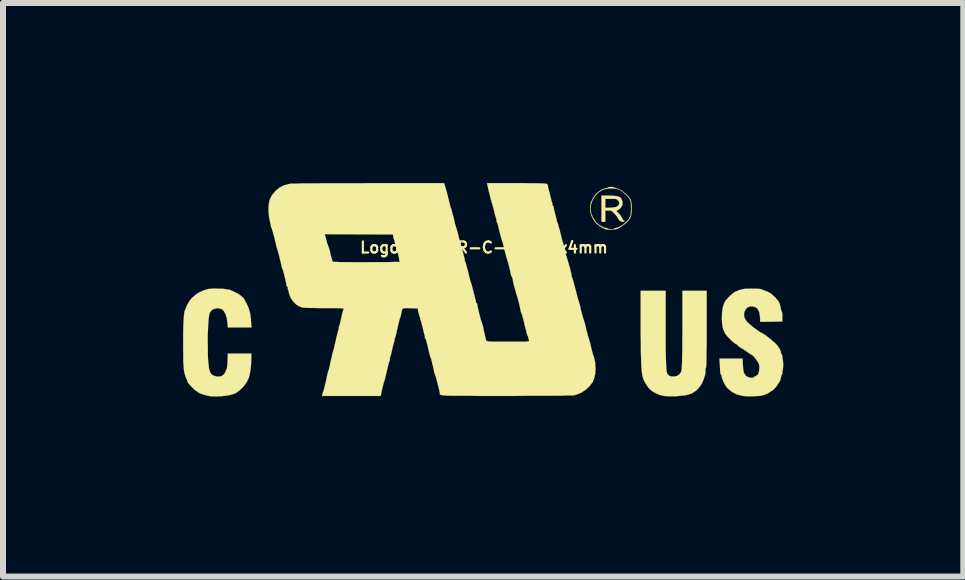
<source format=kicad_pcb>
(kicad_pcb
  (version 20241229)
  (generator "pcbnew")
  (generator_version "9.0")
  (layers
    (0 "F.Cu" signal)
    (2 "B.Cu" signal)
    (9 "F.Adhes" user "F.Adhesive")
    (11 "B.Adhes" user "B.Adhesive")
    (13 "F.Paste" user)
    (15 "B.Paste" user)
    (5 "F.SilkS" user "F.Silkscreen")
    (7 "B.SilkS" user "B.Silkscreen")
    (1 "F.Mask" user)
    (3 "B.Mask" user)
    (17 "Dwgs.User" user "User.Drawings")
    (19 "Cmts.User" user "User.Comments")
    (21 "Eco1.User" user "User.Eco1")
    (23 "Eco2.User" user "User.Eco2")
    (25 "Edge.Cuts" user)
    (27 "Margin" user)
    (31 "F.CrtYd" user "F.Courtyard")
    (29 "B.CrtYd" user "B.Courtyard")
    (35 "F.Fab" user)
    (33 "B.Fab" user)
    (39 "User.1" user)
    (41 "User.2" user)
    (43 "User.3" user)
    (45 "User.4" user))
  (footprint "Logo_silk_UR-C-US_10x4mm"
    (layer "F.Cu")
    (at 5.013 1.774)
    (property "Reference" "Logo_silk_UR-C-US_10x4mm" (at 0 -0.7 0) (layer "F.SilkS") (effects (font (size 0.185 0.185) (thickness 0.036))))
    (attr exclude_from_pos_files exclude_from_bom)
    (fp_poly (pts (xy 2.342 -1.138) (xy 2.334 -1.13) (xy 2.314 -1.13) (xy 2.289 -1.133) (xy 2.268 -1.143) (xy 2.261 -1.148) (xy 2.243 -1.171) (xy 2.228 -1.196) (xy 2.212 -1.222) (xy 2.187 -1.252) (xy 2.169 -1.27) (xy 2.144 -1.295) (xy 2.123 -1.311) (xy 2.101 -1.316) (xy 2.075 -1.316) (xy 2.022 -1.316) (xy 2.022 -1.222) (xy 2.022 -1.128) (xy 1.989 -1.128) (xy 1.958 -1.128) (xy 1.958 -1.346) (xy 1.958 -1.565) (xy 2.083 -1.565) (xy 2.154 -1.562) (xy 2.205 -1.557) (xy 2.243 -1.549) (xy 2.271 -1.534) (xy 2.289 -1.514) (xy 2.294 -1.504) (xy 2.311 -1.455) (xy 2.306 -1.407) (xy 2.281 -1.364) (xy 2.258 -1.341) (xy 2.258 -1.433) (xy 2.25 -1.463) (xy 2.233 -1.486) (xy 2.22 -1.499) (xy 2.205 -1.506) (xy 2.184 -1.511) (xy 2.154 -1.511) (xy 2.116 -1.511) (xy 2.022 -1.511) (xy 2.022 -1.438) (xy 2.022 -1.361) (xy 2.103 -1.364) (xy 2.146 -1.367) (xy 2.182 -1.372) (xy 2.207 -1.377) (xy 2.21 -1.379) (xy 2.243 -1.405) (xy 2.258 -1.433) (xy 2.258 -1.341) (xy 2.256 -1.341) (xy 2.23 -1.323) (xy 2.225 -1.321) (xy 2.212 -1.318) (xy 2.21 -1.311) (xy 2.217 -1.298) (xy 2.238 -1.275) (xy 2.243 -1.273) (xy 2.271 -1.24) (xy 2.294 -1.206) (xy 2.304 -1.189) (xy 2.316 -1.163) (xy 2.329 -1.151) (xy 2.332 -1.151) (xy 2.342 -1.14) (xy 2.342 -1.138)) (stroke (width 0.003) (type solid)) (fill yes) (layer "F.SilkS"))
    (fp_poly (pts (xy 3.711 0.658) (xy 3.711 0.805) (xy 3.711 0.932) (xy 3.708 1.039) (xy 3.708 1.128) (xy 3.706 1.196) (xy 3.706 1.247) (xy 3.703 1.283) (xy 3.701 1.298) (xy 3.701 1.3) (xy 3.693 1.313) (xy 3.691 1.341) (xy 3.691 1.351) (xy 3.691 1.382) (xy 3.688 1.405) (xy 3.688 1.41) (xy 3.683 1.427) (xy 3.673 1.458) (xy 3.663 1.491) (xy 3.632 1.565) (xy 3.586 1.633) (xy 3.546 1.674) (xy 3.526 1.692) (xy 3.51 1.699) (xy 3.498 1.707) (xy 3.49 1.714) (xy 3.475 1.725) (xy 3.444 1.737) (xy 3.406 1.75) (xy 3.399 1.753) (xy 3.348 1.763) (xy 3.279 1.77) (xy 3.205 1.778) (xy 3.129 1.778) (xy 3.058 1.778) (xy 2.997 1.773) (xy 2.99 1.77) (xy 2.934 1.758) (xy 2.873 1.732) (xy 2.814 1.702) (xy 2.774 1.671) (xy 2.733 1.626) (xy 2.695 1.57) (xy 2.664 1.511) (xy 2.647 1.463) (xy 2.639 1.43) (xy 2.634 1.394) (xy 2.629 1.351) (xy 2.624 1.298) (xy 2.621 1.237) (xy 2.619 1.166) (xy 2.616 1.079) (xy 2.614 0.98) (xy 2.614 0.864) (xy 2.611 0.729) (xy 2.611 0.597) (xy 2.611 0.02) (xy 2.819 0.02) (xy 3.028 0.02) (xy 3.028 0.627) (xy 3.028 0.775) (xy 3.028 0.902) (xy 3.028 1.011) (xy 3.03 1.102) (xy 3.033 1.181) (xy 3.035 1.245) (xy 3.038 1.295) (xy 3.04 1.336) (xy 3.045 1.367) (xy 3.051 1.389) (xy 3.056 1.402) (xy 3.058 1.407) (xy 3.086 1.435) (xy 3.127 1.45) (xy 3.172 1.45) (xy 3.216 1.44) (xy 3.254 1.415) (xy 3.256 1.412) (xy 3.274 1.392) (xy 3.287 1.367) (xy 3.294 1.331) (xy 3.297 1.311) (xy 3.297 1.285) (xy 3.299 1.245) (xy 3.302 1.186) (xy 3.302 1.113) (xy 3.305 1.026) (xy 3.305 0.932) (xy 3.305 0.828) (xy 3.307 0.719) (xy 3.307 0.627) (xy 3.307 0.02) (xy 3.508 0.02) (xy 3.711 0.02) (xy 3.711 0.658)) (stroke (width 0.003) (type solid)) (fill yes) (layer "F.SilkS"))
    (fp_poly (pts (xy 2.461 -1.356) (xy 2.459 -1.285) (xy 2.451 -1.229) (xy 2.451 -1.344) (xy 2.451 -1.351) (xy 2.449 -1.402) (xy 2.449 -1.44) (xy 2.443 -1.466) (xy 2.436 -1.486) (xy 2.426 -1.509) (xy 2.423 -1.514) (xy 2.393 -1.554) (xy 2.349 -1.595) (xy 2.301 -1.636) (xy 2.256 -1.664) (xy 2.248 -1.666) (xy 2.207 -1.679) (xy 2.154 -1.684) (xy 2.093 -1.684) (xy 2.035 -1.676) (xy 1.986 -1.664) (xy 1.974 -1.659) (xy 1.908 -1.618) (xy 1.854 -1.562) (xy 1.811 -1.491) (xy 1.783 -1.412) (xy 1.775 -1.341) (xy 1.788 -1.267) (xy 1.819 -1.196) (xy 1.862 -1.128) (xy 1.88 -1.11) (xy 1.913 -1.082) (xy 1.953 -1.057) (xy 1.994 -1.036) (xy 2.027 -1.026) (xy 2.035 -1.026) (xy 2.057 -1.021) (xy 2.068 -1.013) (xy 2.08 -1.008) (xy 2.108 -1.006) (xy 2.118 -1.003) (xy 2.149 -1.006) (xy 2.167 -1.011) (xy 2.172 -1.013) (xy 2.184 -1.024) (xy 2.2 -1.026) (xy 2.235 -1.034) (xy 2.276 -1.054) (xy 2.322 -1.085) (xy 2.365 -1.123) (xy 2.403 -1.161) (xy 2.423 -1.191) (xy 2.436 -1.214) (xy 2.443 -1.234) (xy 2.446 -1.26) (xy 2.449 -1.295) (xy 2.451 -1.344) (xy 2.451 -1.229) (xy 2.433 -1.184) (xy 2.405 -1.146) (xy 2.365 -1.105) (xy 2.309 -1.064) (xy 2.294 -1.054) (xy 2.256 -1.029) (xy 2.228 -1.013) (xy 2.2 -1.006) (xy 2.167 -1.001) (xy 2.144 -1.001) (xy 2.103 -0.998) (xy 2.068 -0.998) (xy 2.042 -1.001) (xy 2.007 -1.013) (xy 1.961 -1.036) (xy 1.915 -1.067) (xy 1.877 -1.097) (xy 1.862 -1.113) (xy 1.824 -1.163) (xy 1.793 -1.227) (xy 1.773 -1.293) (xy 1.768 -1.318) (xy 1.768 -1.384) (xy 1.783 -1.453) (xy 1.816 -1.521) (xy 1.859 -1.585) (xy 1.877 -1.603) (xy 1.918 -1.636) (xy 1.961 -1.664) (xy 2.004 -1.681) (xy 2.04 -1.689) (xy 2.06 -1.694) (xy 2.068 -1.699) (xy 2.083 -1.707) (xy 2.108 -1.709) (xy 2.139 -1.709) (xy 2.167 -1.704) (xy 2.174 -1.699) (xy 2.195 -1.692) (xy 2.225 -1.681) (xy 2.233 -1.679) (xy 2.268 -1.664) (xy 2.309 -1.638) (xy 2.352 -1.603) (xy 2.393 -1.565) (xy 2.426 -1.529) (xy 2.438 -1.509) (xy 2.449 -1.486) (xy 2.454 -1.46) (xy 2.459 -1.425) (xy 2.461 -1.379) (xy 2.461 -1.356)) (stroke (width 0.003) (type solid)) (fill yes) (layer "F.SilkS"))
    (fp_poly (pts (xy -3.873 0.632) (xy -4.072 0.632) (xy -4.267 0.632) (xy -4.275 0.544) (xy -4.285 0.472) (xy -4.305 0.411) (xy -4.331 0.363) (xy -4.361 0.33) (xy -4.379 0.323) (xy -4.432 0.31) (xy -4.483 0.318) (xy -4.526 0.335) (xy -4.557 0.371) (xy -4.567 0.386) (xy -4.577 0.424) (xy -4.587 0.483) (xy -4.592 0.559) (xy -4.597 0.65) (xy -4.602 0.759) (xy -4.602 0.869) (xy -4.6 0.993) (xy -4.6 1.1) (xy -4.595 1.189) (xy -4.587 1.26) (xy -4.58 1.318) (xy -4.569 1.359) (xy -4.557 1.389) (xy -4.547 1.405) (xy -4.506 1.433) (xy -4.455 1.45) (xy -4.404 1.45) (xy -4.374 1.443) (xy -4.346 1.425) (xy -4.321 1.397) (xy -4.305 1.372) (xy -4.303 1.356) (xy -4.295 1.339) (xy -4.29 1.333) (xy -4.285 1.323) (xy -4.28 1.293) (xy -4.275 1.245) (xy -4.272 1.199) (xy -4.267 1.067) (xy -4.072 1.067) (xy -3.876 1.067) (xy -3.876 1.163) (xy -3.879 1.234) (xy -3.886 1.308) (xy -3.896 1.379) (xy -3.909 1.443) (xy -3.919 1.476) (xy -3.955 1.547) (xy -4.003 1.613) (xy -4.064 1.674) (xy -4.13 1.722) (xy -4.145 1.73) (xy -4.186 1.745) (xy -4.244 1.76) (xy -4.31 1.77) (xy -4.381 1.778) (xy -4.455 1.781) (xy -4.521 1.781) (xy -4.577 1.775) (xy -4.592 1.77) (xy -4.641 1.76) (xy -4.686 1.745) (xy -4.727 1.73) (xy -4.757 1.717) (xy -4.773 1.704) (xy -4.785 1.692) (xy -4.793 1.689) (xy -4.806 1.681) (xy -4.829 1.664) (xy -4.854 1.638) (xy -4.882 1.608) (xy -4.907 1.58) (xy -4.928 1.557) (xy -4.935 1.544) (xy -4.938 1.532) (xy -4.948 1.506) (xy -4.953 1.496) (xy -4.963 1.471) (xy -4.971 1.453) (xy -4.971 1.45) (xy -4.976 1.438) (xy -4.978 1.43) (xy -4.986 1.402) (xy -4.994 1.367) (xy -5.001 1.321) (xy -5.004 1.262) (xy -5.009 1.189) (xy -5.009 1.102) (xy -5.011 0.996) (xy -5.011 0.886) (xy -5.011 0.754) (xy -5.009 0.643) (xy -5.006 0.549) (xy -5.001 0.472) (xy -4.996 0.414) (xy -4.991 0.371) (xy -4.981 0.343) (xy -4.978 0.338) (xy -4.971 0.323) (xy -4.971 0.32) (xy -4.95 0.267) (xy -4.917 0.208) (xy -4.874 0.15) (xy -4.823 0.102) (xy -4.773 0.064) (xy -4.755 0.053) (xy -4.704 0.03) (xy -4.666 0.013) (xy -4.641 0.005) (xy -4.638 0.003) (xy -4.62 0) (xy -4.608 -0.005) (xy -4.587 -0.01) (xy -4.552 -0.013) (xy -4.506 -0.015) (xy -4.455 -0.015) (xy -4.402 -0.013) (xy -4.356 -0.013) (xy -4.315 -0.008) (xy -4.288 -0.005) (xy -4.28 0) (xy -4.262 0.003) (xy -4.257 0.003) (xy -4.244 0) (xy -4.227 0.008) (xy -4.204 0.018) (xy -4.171 0.033) (xy -4.143 0.046) (xy -4.11 0.064) (xy -4.074 0.086) (xy -4.039 0.112) (xy -4.011 0.137) (xy -3.993 0.157) (xy -3.99 0.165) (xy -3.985 0.178) (xy -3.973 0.203) (xy -3.957 0.229) (xy -3.922 0.302) (xy -3.896 0.394) (xy -3.881 0.5) (xy -3.881 0.526) (xy -3.873 0.632)) (stroke (width 0.003) (type solid)) (fill yes) (layer "F.SilkS"))
    (fp_poly (pts (xy 4.986 1.273) (xy 4.983 1.308) (xy 4.981 1.336) (xy 4.978 1.351) (xy 4.971 1.364) (xy 4.973 1.382) (xy 4.973 1.402) (xy 4.966 1.412) (xy 4.956 1.427) (xy 4.956 1.44) (xy 4.95 1.46) (xy 4.943 1.491) (xy 4.933 1.519) (xy 4.915 1.552) (xy 4.892 1.587) (xy 4.864 1.626) (xy 4.836 1.656) (xy 4.813 1.679) (xy 4.796 1.689) (xy 4.793 1.689) (xy 4.778 1.697) (xy 4.77 1.704) (xy 4.757 1.714) (xy 4.729 1.73) (xy 4.694 1.745) (xy 4.691 1.748) (xy 4.656 1.76) (xy 4.62 1.768) (xy 4.585 1.773) (xy 4.536 1.775) (xy 4.488 1.778) (xy 4.432 1.778) (xy 4.381 1.778) (xy 4.338 1.775) (xy 4.313 1.773) (xy 4.216 1.748) (xy 4.135 1.707) (xy 4.069 1.654) (xy 4.039 1.621) (xy 4.018 1.59) (xy 3.998 1.549) (xy 3.98 1.509) (xy 3.965 1.471) (xy 3.96 1.443) (xy 3.96 1.44) (xy 3.955 1.422) (xy 3.947 1.417) (xy 3.942 1.405) (xy 3.937 1.374) (xy 3.934 1.328) (xy 3.932 1.283) (xy 3.924 1.151) (xy 4.117 1.151) (xy 4.308 1.151) (xy 4.315 1.257) (xy 4.318 1.306) (xy 4.323 1.346) (xy 4.328 1.379) (xy 4.333 1.389) (xy 4.351 1.417) (xy 4.369 1.44) (xy 4.387 1.453) (xy 4.397 1.455) (xy 4.407 1.458) (xy 4.409 1.46) (xy 4.425 1.468) (xy 4.448 1.471) (xy 4.473 1.471) (xy 4.493 1.466) (xy 4.498 1.46) (xy 4.508 1.45) (xy 4.524 1.445) (xy 4.549 1.43) (xy 4.567 1.412) (xy 4.58 1.379) (xy 4.587 1.336) (xy 4.59 1.288) (xy 4.585 1.25) (xy 4.582 1.242) (xy 4.572 1.222) (xy 4.554 1.191) (xy 4.531 1.161) (xy 4.508 1.13) (xy 4.488 1.107) (xy 4.475 1.097) (xy 4.465 1.092) (xy 4.44 1.077) (xy 4.407 1.054) (xy 4.387 1.041) (xy 4.348 1.013) (xy 4.31 0.988) (xy 4.282 0.97) (xy 4.272 0.965) (xy 4.247 0.95) (xy 4.229 0.932) (xy 4.229 0.93) (xy 4.214 0.914) (xy 4.201 0.912) (xy 4.188 0.904) (xy 4.166 0.886) (xy 4.133 0.859) (xy 4.1 0.826) (xy 4.061 0.785) (xy 4.034 0.754) (xy 4.016 0.729) (xy 4.003 0.699) (xy 3.99 0.668) (xy 3.978 0.63) (xy 3.973 0.594) (xy 3.967 0.554) (xy 3.965 0.5) (xy 3.965 0.47) (xy 3.967 0.389) (xy 3.975 0.325) (xy 3.988 0.269) (xy 4.008 0.216) (xy 4.013 0.206) (xy 4.031 0.178) (xy 4.061 0.145) (xy 4.097 0.107) (xy 4.135 0.074) (xy 4.168 0.048) (xy 4.194 0.033) (xy 4.224 0.023) (xy 4.244 0.013) (xy 4.267 0.005) (xy 4.275 0.003) (xy 4.293 0) (xy 4.308 -0.005) (xy 4.326 -0.008) (xy 4.361 -0.013) (xy 4.407 -0.013) (xy 4.458 -0.015) (xy 4.508 -0.013) (xy 4.557 -0.013) (xy 4.595 -0.01) (xy 4.615 -0.005) (xy 4.618 -0.005) (xy 4.638 0) (xy 4.643 0.005) (xy 4.663 0.013) (xy 4.696 0.025) (xy 4.729 0.038) (xy 4.75 0.048) (xy 4.78 0.066) (xy 4.816 0.097) (xy 4.854 0.132) (xy 4.887 0.17) (xy 4.912 0.203) (xy 4.917 0.213) (xy 4.928 0.239) (xy 4.938 0.277) (xy 4.945 0.31) (xy 4.953 0.345) (xy 4.963 0.371) (xy 4.968 0.384) (xy 4.971 0.396) (xy 4.973 0.424) (xy 4.973 0.46) (xy 4.971 0.533) (xy 4.785 0.536) (xy 4.602 0.538) (xy 4.602 0.483) (xy 4.597 0.439) (xy 4.59 0.394) (xy 4.585 0.373) (xy 4.569 0.338) (xy 4.554 0.315) (xy 4.529 0.297) (xy 4.481 0.282) (xy 4.432 0.282) (xy 4.389 0.3) (xy 4.359 0.333) (xy 4.338 0.378) (xy 4.333 0.422) (xy 4.338 0.457) (xy 4.354 0.495) (xy 4.381 0.536) (xy 4.425 0.577) (xy 4.483 0.625) (xy 4.552 0.676) (xy 4.585 0.699) (xy 4.613 0.716) (xy 4.63 0.724) (xy 4.646 0.732) (xy 4.671 0.747) (xy 4.707 0.772) (xy 4.745 0.803) (xy 4.783 0.833) (xy 4.818 0.864) (xy 4.849 0.889) (xy 4.854 0.897) (xy 4.889 0.932) (xy 4.917 0.973) (xy 4.938 1.008) (xy 4.945 1.036) (xy 4.945 1.039) (xy 4.95 1.057) (xy 4.961 1.082) (xy 4.971 1.11) (xy 4.973 1.13) (xy 4.973 1.151) (xy 4.976 1.156) (xy 4.981 1.168) (xy 4.983 1.196) (xy 4.986 1.232) (xy 4.986 1.273)) (stroke (width 0.003) (type solid)) (fill yes) (layer "F.SilkS"))
    (fp_poly (pts (xy 1.859 1.313) (xy 1.854 1.407) (xy 1.834 1.488) (xy 1.814 1.539) (xy 1.76 1.61) (xy 1.694 1.671) (xy 1.618 1.72) (xy 1.537 1.753) (xy 1.496 1.763) (xy 1.476 1.763) (xy 1.435 1.765) (xy 1.377 1.765) (xy 1.3 1.768) (xy 1.206 1.768) (xy 1.097 1.77) (xy 0.973 1.77) (xy 0.836 1.77) (xy 0.686 1.77) (xy 0.523 1.773) (xy 0.363 1.773) (xy 0.188 1.773) (xy 0.033 1.773) (xy -0.102 1.773) (xy -0.221 1.77) (xy -0.325 1.77) (xy -0.414 1.77) (xy -0.488 1.77) (xy -0.551 1.768) (xy -0.602 1.768) (xy -0.643 1.765) (xy -0.673 1.763) (xy -0.696 1.76) (xy -0.714 1.758) (xy -0.724 1.753) (xy -0.732 1.75) (xy -0.734 1.745) (xy -0.734 1.737) (xy -0.734 1.732) (xy -0.737 1.712) (xy -0.744 1.679) (xy -0.754 1.636) (xy -0.767 1.585) (xy -0.78 1.534) (xy -0.792 1.488) (xy -0.803 1.45) (xy -0.813 1.427) (xy -0.813 1.422) (xy -0.823 1.397) (xy -0.828 1.379) (xy -0.831 1.361) (xy -0.838 1.328) (xy -0.846 1.288) (xy -0.859 1.242) (xy -0.869 1.196) (xy -0.879 1.158) (xy -0.889 1.133) (xy -0.892 1.123) (xy -0.899 1.102) (xy -0.909 1.064) (xy -0.922 1.011) (xy -0.937 0.947) (xy -0.953 0.879) (xy -0.953 0.876) (xy -0.963 0.846) (xy -0.97 0.823) (xy -0.975 0.818) (xy -0.983 0.81) (xy -0.983 0.8) (xy -0.986 0.775) (xy -0.988 0.767) (xy -0.991 0.749) (xy -1.001 0.719) (xy -1.011 0.676) (xy -1.021 0.632) (xy -1.034 0.584) (xy -1.044 0.541) (xy -1.054 0.513) (xy -1.059 0.5) (xy -1.064 0.483) (xy -1.062 0.478) (xy -1.062 0.465) (xy -1.064 0.465) (xy -1.072 0.452) (xy -1.079 0.427) (xy -1.087 0.391) (xy -1.09 0.389) (xy -1.105 0.315) (xy -1.229 0.312) (xy -1.283 0.31) (xy -1.318 0.31) (xy -1.344 0.315) (xy -1.356 0.325) (xy -1.367 0.345) (xy -1.372 0.376) (xy -1.379 0.409) (xy -1.387 0.442) (xy -1.394 0.467) (xy -1.394 0.47) (xy -1.394 -0.462) (xy -1.407 -0.475) (xy -1.41 -0.483) (xy -1.412 -0.5) (xy -1.417 -0.533) (xy -1.427 -0.577) (xy -1.44 -0.625) (xy -1.453 -0.673) (xy -1.463 -0.716) (xy -1.473 -0.749) (xy -1.481 -0.77) (xy -1.483 -0.772) (xy -1.488 -0.792) (xy -1.488 -0.803) (xy -1.486 -0.815) (xy -1.491 -0.818) (xy -1.496 -0.828) (xy -1.504 -0.851) (xy -1.509 -0.866) (xy -1.516 -0.917) (xy -2.085 -0.919) (xy -2.652 -0.922) (xy -2.624 -0.82) (xy -2.614 -0.777) (xy -2.601 -0.742) (xy -2.593 -0.719) (xy -2.591 -0.714) (xy -2.586 -0.701) (xy -2.578 -0.676) (xy -2.57 -0.653) (xy -2.56 -0.607) (xy -2.548 -0.556) (xy -2.543 -0.538) (xy -2.532 -0.505) (xy -2.525 -0.478) (xy -2.522 -0.467) (xy -2.517 -0.465) (xy -2.504 -0.462) (xy -2.479 -0.46) (xy -2.443 -0.46) (xy -2.393 -0.457) (xy -2.329 -0.457) (xy -2.25 -0.457) (xy -2.154 -0.455) (xy -2.04 -0.455) (xy -1.951 -0.455) (xy -1.844 -0.457) (xy -1.745 -0.457) (xy -1.656 -0.457) (xy -1.575 -0.457) (xy -1.509 -0.46) (xy -1.455 -0.46) (xy -1.417 -0.46) (xy -1.397 -0.462) (xy -1.394 -0.462) (xy -1.394 0.47) (xy -1.4 0.475) (xy -1.402 0.488) (xy -1.41 0.516) (xy -1.42 0.556) (xy -1.433 0.607) (xy -1.44 0.643) (xy -1.453 0.696) (xy -1.463 0.744) (xy -1.473 0.782) (xy -1.481 0.805) (xy -1.486 0.81) (xy -1.491 0.823) (xy -1.488 0.831) (xy -1.488 0.851) (xy -1.491 0.856) (xy -1.496 0.869) (xy -1.504 0.897) (xy -1.516 0.94) (xy -1.527 0.988) (xy -1.529 0.993) (xy -1.539 1.044) (xy -1.549 1.087) (xy -1.56 1.118) (xy -1.565 1.133) (xy -1.57 1.148) (xy -1.567 1.156) (xy -1.567 1.176) (xy -1.572 1.184) (xy -1.577 1.199) (xy -1.587 1.229) (xy -1.598 1.273) (xy -1.61 1.323) (xy -1.615 1.346) (xy -1.628 1.402) (xy -1.641 1.45) (xy -1.648 1.488) (xy -1.656 1.514) (xy -1.659 1.519) (xy -1.664 1.537) (xy -1.674 1.57) (xy -1.684 1.613) (xy -1.689 1.631) (xy -1.699 1.676) (xy -1.707 1.714) (xy -1.714 1.742) (xy -1.714 1.748) (xy -1.72 1.773) (xy -2.207 1.773) (xy -2.697 1.773) (xy -2.69 1.737) (xy -2.682 1.712) (xy -2.675 1.694) (xy -2.67 1.681) (xy -2.662 1.651) (xy -2.652 1.608) (xy -2.639 1.554) (xy -2.626 1.499) (xy -2.614 1.44) (xy -2.606 1.4) (xy -2.598 1.372) (xy -2.591 1.354) (xy -2.591 1.351) (xy -2.586 1.339) (xy -2.578 1.308) (xy -2.568 1.267) (xy -2.558 1.214) (xy -2.55 1.186) (xy -2.537 1.13) (xy -2.527 1.079) (xy -2.517 1.041) (xy -2.51 1.016) (xy -2.507 1.011) (xy -2.502 0.993) (xy -2.494 0.96) (xy -2.484 0.914) (xy -2.471 0.861) (xy -2.466 0.838) (xy -2.454 0.782) (xy -2.441 0.734) (xy -2.431 0.696) (xy -2.423 0.671) (xy -2.423 0.665) (xy -2.416 0.645) (xy -2.418 0.635) (xy -2.418 0.622) (xy -2.416 0.617) (xy -2.41 0.602) (xy -2.4 0.572) (xy -2.39 0.531) (xy -2.38 0.483) (xy -2.377 0.475) (xy -2.367 0.427) (xy -2.357 0.384) (xy -2.347 0.351) (xy -2.342 0.335) (xy -2.337 0.32) (xy -2.339 0.318) (xy -2.349 0.315) (xy -2.38 0.312) (xy -2.426 0.312) (xy -2.484 0.31) (xy -2.553 0.31) (xy -2.629 0.31) (xy -2.659 0.31) (xy -2.741 0.31) (xy -2.817 0.307) (xy -2.888 0.307) (xy -2.946 0.305) (xy -2.992 0.302) (xy -3.023 0.3) (xy -3.025 0.3) (xy -3.081 0.279) (xy -3.134 0.244) (xy -3.183 0.193) (xy -3.221 0.137) (xy -3.244 0.076) (xy -3.249 0.053) (xy -3.256 0.025) (xy -3.261 0.008) (xy -3.264 0.005) (xy -3.269 -0.008) (xy -3.266 -0.02) (xy -3.266 -0.036) (xy -3.272 -0.041) (xy -3.282 -0.048) (xy -3.289 -0.071) (xy -3.289 -0.074) (xy -3.297 -0.114) (xy -3.307 -0.163) (xy -3.32 -0.213) (xy -3.332 -0.262) (xy -3.343 -0.302) (xy -3.35 -0.33) (xy -3.358 -0.345) (xy -3.365 -0.363) (xy -3.373 -0.389) (xy -3.373 -0.394) (xy -3.383 -0.442) (xy -3.396 -0.495) (xy -3.409 -0.549) (xy -3.421 -0.597) (xy -3.432 -0.635) (xy -3.439 -0.66) (xy -3.442 -0.668) (xy -3.447 -0.686) (xy -3.457 -0.719) (xy -3.467 -0.762) (xy -3.48 -0.815) (xy -3.482 -0.828) (xy -3.495 -0.881) (xy -3.51 -0.932) (xy -3.52 -0.97) (xy -3.528 -0.996) (xy -3.528 -0.998) (xy -3.546 -1.044) (xy -3.559 -1.105) (xy -3.574 -1.173) (xy -3.584 -1.242) (xy -3.589 -1.308) (xy -3.589 -1.346) (xy -3.584 -1.433) (xy -3.566 -1.504) (xy -3.533 -1.57) (xy -3.482 -1.631) (xy -3.475 -1.641) (xy -3.406 -1.699) (xy -3.33 -1.737) (xy -3.241 -1.76) (xy -3.221 -1.763) (xy -3.18 -1.765) (xy -3.119 -1.765) (xy -3.04 -1.768) (xy -2.944 -1.768) (xy -2.83 -1.768) (xy -2.697 -1.77) (xy -2.55 -1.77) (xy -2.388 -1.77) (xy -2.212 -1.77) (xy -2.019 -1.77) (xy -1.92 -1.773) (xy -0.663 -1.773) (xy -0.655 -1.742) (xy -0.648 -1.72) (xy -0.643 -1.704) (xy -0.638 -1.687) (xy -0.635 -1.684) (xy -0.632 -1.666) (xy -0.627 -1.659) (xy -0.625 -1.641) (xy -0.615 -1.61) (xy -0.605 -1.567) (xy -0.592 -1.516) (xy -0.589 -1.506) (xy -0.577 -1.455) (xy -0.566 -1.41) (xy -0.556 -1.374) (xy -0.549 -1.354) (xy -0.549 -1.351) (xy -0.541 -1.333) (xy -0.533 -1.3) (xy -0.521 -1.257) (xy -0.508 -1.206) (xy -0.505 -1.196) (xy -0.493 -1.146) (xy -0.483 -1.097) (xy -0.472 -1.062) (xy -0.465 -1.041) (xy -0.46 -1.024) (xy -0.45 -0.991) (xy -0.437 -0.945) (xy -0.424 -0.894) (xy -0.424 -0.889) (xy -0.411 -0.841) (xy -0.399 -0.795) (xy -0.389 -0.759) (xy -0.384 -0.742) (xy -0.384 -0.739) (xy -0.376 -0.721) (xy -0.368 -0.688) (xy -0.356 -0.648) (xy -0.345 -0.602) (xy -0.335 -0.559) (xy -0.325 -0.521) (xy -0.32 -0.493) (xy -0.32 -0.485) (xy -0.315 -0.47) (xy -0.305 -0.445) (xy -0.305 -0.442) (xy -0.297 -0.419) (xy -0.287 -0.381) (xy -0.274 -0.333) (xy -0.259 -0.279) (xy -0.259 -0.274) (xy -0.246 -0.221) (xy -0.234 -0.178) (xy -0.226 -0.142) (xy -0.221 -0.124) (xy -0.218 -0.122) (xy -0.213 -0.104) (xy -0.211 -0.097) (xy -0.206 -0.079) (xy -0.203 -0.071) (xy -0.198 -0.056) (xy -0.191 -0.023) (xy -0.18 0.015) (xy -0.17 0.056) (xy -0.157 0.104) (xy -0.147 0.145) (xy -0.14 0.173) (xy -0.137 0.185) (xy -0.132 0.208) (xy -0.132 0.213) (xy -0.127 0.226) (xy -0.124 0.226) (xy -0.114 0.236) (xy -0.112 0.244) (xy -0.109 0.259) (xy -0.104 0.292) (xy -0.094 0.335) (xy -0.084 0.381) (xy -0.071 0.429) (xy -0.061 0.472) (xy -0.051 0.508) (xy -0.043 0.528) (xy -0.041 0.533) (xy -0.036 0.546) (xy -0.028 0.577) (xy -0.015 0.617) (xy -0.005 0.671) (xy 0 0.693) (xy 0.013 0.747) (xy 0.023 0.795) (xy 0.033 0.831) (xy 0.041 0.853) (xy 0.043 0.856) (xy 0.051 0.861) (xy 0.069 0.864) (xy 0.099 0.866) (xy 0.142 0.869) (xy 0.203 0.869) (xy 0.279 0.869) (xy 0.373 0.869) (xy 0.404 0.869) (xy 0.5 0.869) (xy 0.577 0.869) (xy 0.635 0.869) (xy 0.681 0.869) (xy 0.711 0.866) (xy 0.734 0.864) (xy 0.744 0.861) (xy 0.752 0.859) (xy 0.752 0.853) (xy 0.752 0.851) (xy 0.747 0.828) (xy 0.739 0.803) (xy 0.732 0.777) (xy 0.724 0.762) (xy 0.719 0.747) (xy 0.711 0.719) (xy 0.701 0.676) (xy 0.688 0.625) (xy 0.683 0.61) (xy 0.671 0.559) (xy 0.66 0.513) (xy 0.65 0.478) (xy 0.645 0.457) (xy 0.645 0.455) (xy 0.638 0.434) (xy 0.638 0.429) (xy 0.632 0.414) (xy 0.622 0.389) (xy 0.615 0.366) (xy 0.61 0.351) (xy 0.607 0.333) (xy 0.602 0.302) (xy 0.592 0.262) (xy 0.582 0.216) (xy 0.569 0.17) (xy 0.559 0.132) (xy 0.551 0.107) (xy 0.549 0.097) (xy 0.541 0.079) (xy 0.533 0.046) (xy 0.521 0.003) (xy 0.508 -0.043) (xy 0.495 -0.091) (xy 0.485 -0.135) (xy 0.48 -0.17) (xy 0.475 -0.188) (xy 0.475 -0.191) (xy 0.472 -0.203) (xy 0.467 -0.206) (xy 0.462 -0.216) (xy 0.452 -0.239) (xy 0.447 -0.267) (xy 0.427 -0.351) (xy 0.411 -0.419) (xy 0.396 -0.47) (xy 0.386 -0.503) (xy 0.384 -0.513) (xy 0.376 -0.528) (xy 0.368 -0.564) (xy 0.356 -0.607) (xy 0.343 -0.658) (xy 0.34 -0.668) (xy 0.328 -0.719) (xy 0.318 -0.765) (xy 0.307 -0.8) (xy 0.3 -0.82) (xy 0.3 -0.823) (xy 0.292 -0.841) (xy 0.284 -0.874) (xy 0.272 -0.919) (xy 0.259 -0.97) (xy 0.257 -0.978) (xy 0.244 -1.029) (xy 0.234 -1.074) (xy 0.224 -1.107) (xy 0.216 -1.125) (xy 0.213 -1.125) (xy 0.208 -1.146) (xy 0.208 -1.153) (xy 0.211 -1.171) (xy 0.206 -1.176) (xy 0.201 -1.191) (xy 0.193 -1.219) (xy 0.18 -1.26) (xy 0.17 -1.306) (xy 0.157 -1.354) (xy 0.147 -1.394) (xy 0.14 -1.422) (xy 0.135 -1.435) (xy 0.13 -1.453) (xy 0.127 -1.455) (xy 0.124 -1.473) (xy 0.122 -1.481) (xy 0.117 -1.496) (xy 0.109 -1.527) (xy 0.099 -1.57) (xy 0.086 -1.618) (xy 0.074 -1.666) (xy 0.064 -1.714) (xy 0.056 -1.748) (xy 0.051 -1.773) (xy 0.544 -1.773) (xy 0.66 -1.773) (xy 0.757 -1.77) (xy 0.836 -1.77) (xy 0.902 -1.77) (xy 0.95 -1.768) (xy 0.988 -1.768) (xy 1.016 -1.765) (xy 1.034 -1.763) (xy 1.046 -1.76) (xy 1.052 -1.758) (xy 1.064 -1.737) (xy 1.067 -1.727) (xy 1.067 -1.707) (xy 1.069 -1.699) (xy 1.074 -1.684) (xy 1.082 -1.651) (xy 1.095 -1.61) (xy 1.102 -1.57) (xy 1.115 -1.524) (xy 1.125 -1.483) (xy 1.133 -1.455) (xy 1.138 -1.445) (xy 1.14 -1.427) (xy 1.14 -1.417) (xy 1.143 -1.402) (xy 1.148 -1.4) (xy 1.158 -1.389) (xy 1.161 -1.382) (xy 1.163 -1.364) (xy 1.168 -1.333) (xy 1.179 -1.29) (xy 1.191 -1.242) (xy 1.204 -1.194) (xy 1.214 -1.148) (xy 1.224 -1.115) (xy 1.232 -1.095) (xy 1.232 -1.092) (xy 1.24 -1.074) (xy 1.247 -1.041) (xy 1.26 -0.998) (xy 1.273 -0.947) (xy 1.275 -0.937) (xy 1.288 -0.886) (xy 1.298 -0.841) (xy 1.308 -0.808) (xy 1.313 -0.787) (xy 1.316 -0.787) (xy 1.321 -0.77) (xy 1.328 -0.739) (xy 1.341 -0.696) (xy 1.354 -0.645) (xy 1.356 -0.625) (xy 1.369 -0.574) (xy 1.382 -0.528) (xy 1.392 -0.495) (xy 1.397 -0.478) (xy 1.397 -0.475) (xy 1.402 -0.465) (xy 1.41 -0.437) (xy 1.42 -0.401) (xy 1.433 -0.358) (xy 1.443 -0.315) (xy 1.453 -0.274) (xy 1.458 -0.244) (xy 1.46 -0.226) (xy 1.466 -0.208) (xy 1.476 -0.183) (xy 1.483 -0.16) (xy 1.494 -0.122) (xy 1.506 -0.074) (xy 1.521 -0.02) (xy 1.527 0.005) (xy 1.542 0.058) (xy 1.554 0.109) (xy 1.565 0.15) (xy 1.572 0.175) (xy 1.575 0.18) (xy 1.58 0.198) (xy 1.59 0.231) (xy 1.603 0.274) (xy 1.613 0.328) (xy 1.615 0.335) (xy 1.628 0.389) (xy 1.641 0.434) (xy 1.651 0.47) (xy 1.656 0.49) (xy 1.659 0.49) (xy 1.664 0.508) (xy 1.674 0.541) (xy 1.687 0.587) (xy 1.699 0.638) (xy 1.699 0.643) (xy 1.712 0.693) (xy 1.725 0.737) (xy 1.732 0.772) (xy 1.74 0.792) (xy 1.745 0.81) (xy 1.755 0.843) (xy 1.768 0.886) (xy 1.781 0.94) (xy 1.783 0.953) (xy 1.796 1.003) (xy 1.808 1.049) (xy 1.816 1.082) (xy 1.824 1.102) (xy 1.831 1.118) (xy 1.839 1.148) (xy 1.847 1.189) (xy 1.852 1.212) (xy 1.859 1.313)) (stroke (width 0.003) (type solid)) (fill yes) (layer "F.SilkS")))
  (gr_rect
    (start -3 -3)
    (end 13 6.556)
    (stroke (width 0.1) (type default))
    (fill no)
    (layer "Edge.Cuts")))
</source>
